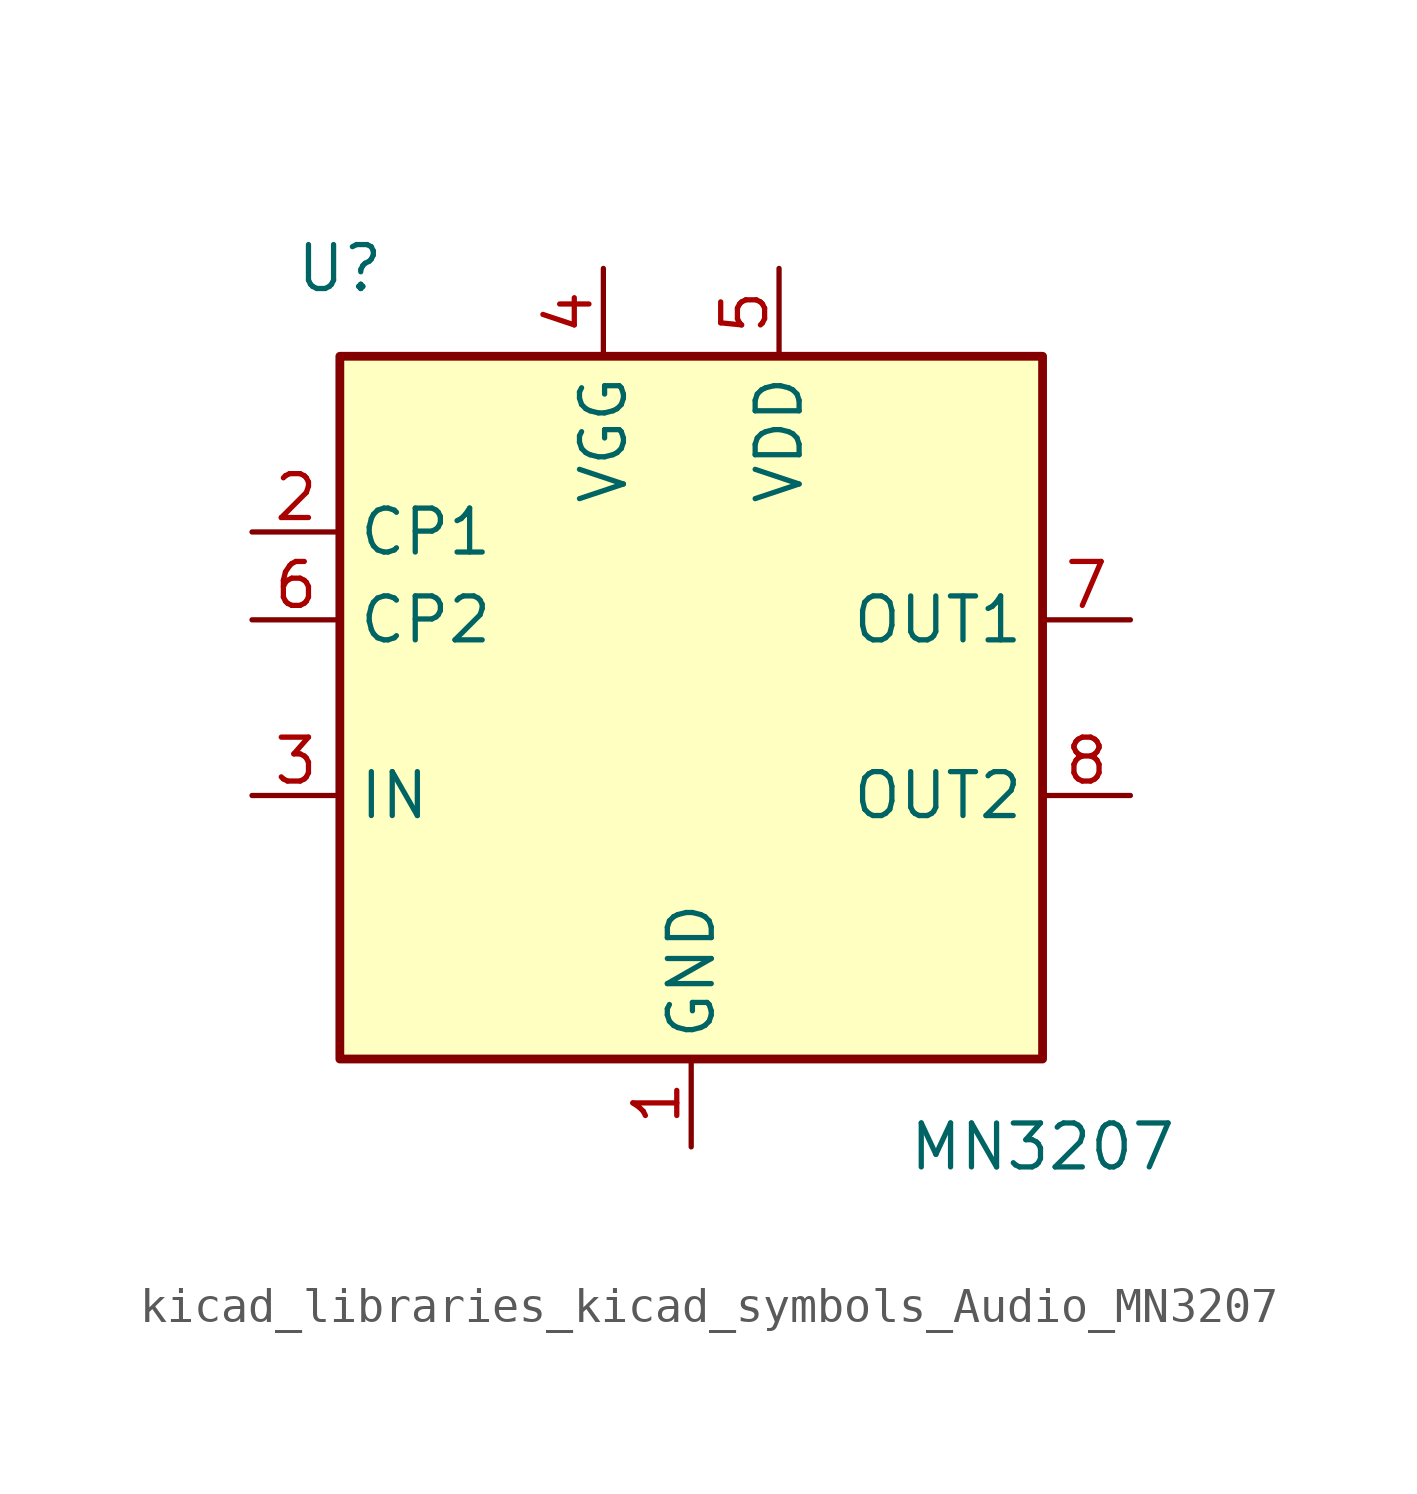
<source format=kicad_sym>
(kicad_symbol_lib
  (version 20220914)
  (generator kicad_symbol_editor)
  (symbol "kicad_libraries_kicad_symbols_Audio_MN3207"
    (property "Reference" "U"
      (at -10.16 12.7 0)
      (effects (font (size 1.27 1.27))))
    (property "Value" "MN3207"
      (at 10.16 -12.7 0)
      (effects (font (size 1.27 1.27))))
    (symbol "kicad_libraries_kicad_symbols_Audio_MN3207_0_1"
      (rectangle (start -10.16 10.16) (end 10.16 -10.16) (stroke (width 0.254) (type default)) (fill (type background))))
    (symbol "kicad_libraries_kicad_symbols_Audio_MN3207_1_1"
      (pin power_in line (at 0 -12.7 90) (length 2.54) (name "GND" (effects (font (size 1.27 1.27)))) (number "1" (effects (font (size 1.27 1.27)))))
      (pin input line (at -12.7 5.08 0) (length 2.54) (name "CP1" (effects (font (size 1.27 1.27)))) (number "2" (effects (font (size 1.27 1.27)))))
      (pin input line (at -12.7 -2.54 0) (length 2.54) (name "IN" (effects (font (size 1.27 1.27)))) (number "3" (effects (font (size 1.27 1.27)))))
      (pin power_in line (at -2.54 12.7 270) (length 2.54) (name "VGG" (effects (font (size 1.27 1.27)))) (number "4" (effects (font (size 1.27 1.27)))))
      (pin power_in line (at 2.54 12.7 270) (length 2.54) (name "VDD" (effects (font (size 1.27 1.27)))) (number "5" (effects (font (size 1.27 1.27)))))
      (pin input line (at -12.7 2.54 0) (length 2.54) (name "CP2" (effects (font (size 1.27 1.27)))) (number "6" (effects (font (size 1.27 1.27)))))
      (pin output line (at 12.7 2.54 180) (length 2.54) (name "OUT1" (effects (font (size 1.27 1.27)))) (number "7" (effects (font (size 1.27 1.27)))))
      (pin output line (at 12.7 -2.54 180) (length 2.54) (name "OUT2" (effects (font (size 1.27 1.27)))) (number "8" (effects (font (size 1.27 1.27))))))))
</source>
